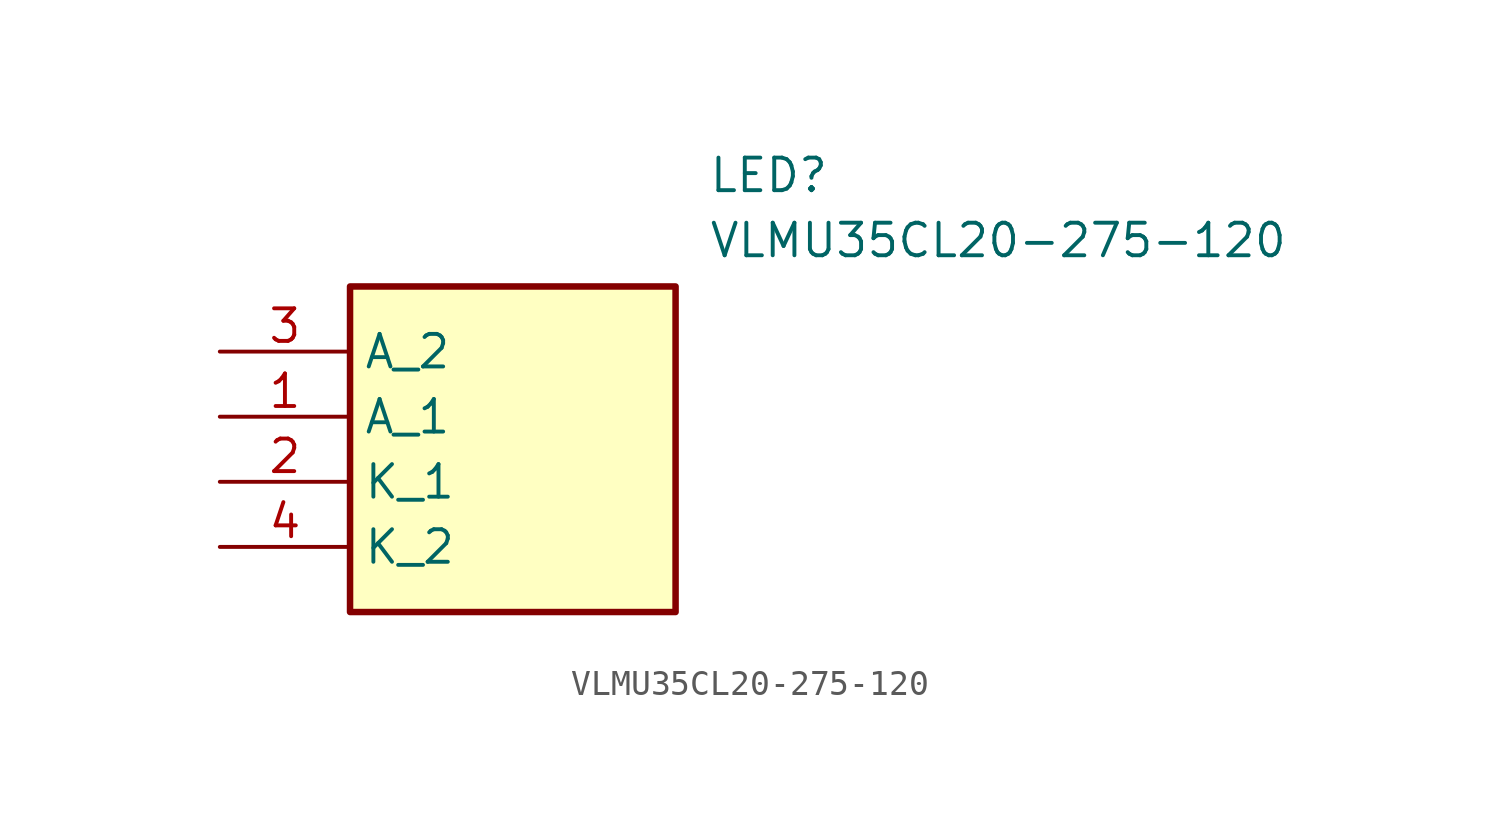
<source format=kicad_sym>
(kicad_symbol_lib
  (version 20211014)
  (generator SamacSys_ECAD_Model)
  (symbol "VLMU35CL20-275-120"
    (property "Reference" "LED"
      (at 19.05 7.62 0)
      (effects (font (size 1.27 1.27)) (justify left top)))
    (property "Value" "VLMU35CL20-275-120"
      (at 19.05 5.08 0)
      (effects (font (size 1.27 1.27)) (justify left top)))
    (rectangle
      (start 5.08 2.54)
      (end 17.78 -10.16)
      (stroke (width 0.254) (type default))
      (fill (type background)))
    (pin passive line
      (at 0 -2.54 0)
      (length 5.08)
      (name "A_1" (effects (font (size 1.27 1.27))))
      (number "1" (effects (font (size 1.27 1.27)))))
    (pin passive line
      (at 0 -5.08 0)
      (length 5.08)
      (name "K_1" (effects (font (size 1.27 1.27))))
      (number "2" (effects (font (size 1.27 1.27)))))
    (pin passive line
      (at 0 0 0)
      (length 5.08)
      (name "A_2" (effects (font (size 1.27 1.27))))
      (number "3" (effects (font (size 1.27 1.27)))))
    (pin passive line
      (at 0 -7.62 0)
      (length 5.08)
      (name "K_2" (effects (font (size 1.27 1.27))))
      (number "4" (effects (font (size 1.27 1.27)))))))
</source>
